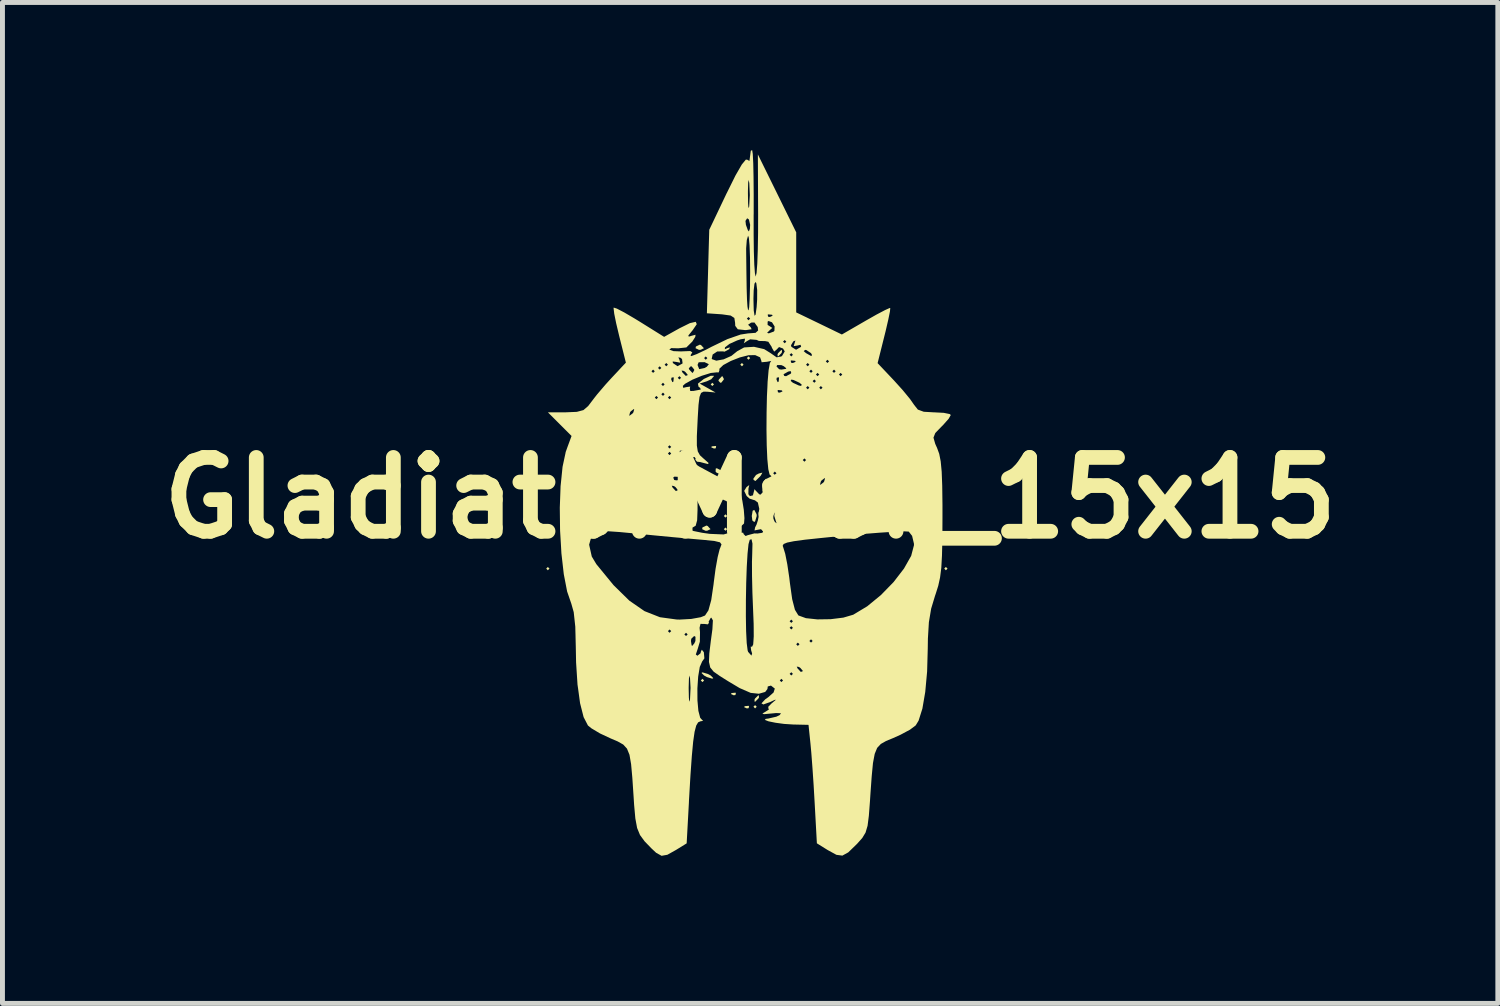
<source format=kicad_pcb>
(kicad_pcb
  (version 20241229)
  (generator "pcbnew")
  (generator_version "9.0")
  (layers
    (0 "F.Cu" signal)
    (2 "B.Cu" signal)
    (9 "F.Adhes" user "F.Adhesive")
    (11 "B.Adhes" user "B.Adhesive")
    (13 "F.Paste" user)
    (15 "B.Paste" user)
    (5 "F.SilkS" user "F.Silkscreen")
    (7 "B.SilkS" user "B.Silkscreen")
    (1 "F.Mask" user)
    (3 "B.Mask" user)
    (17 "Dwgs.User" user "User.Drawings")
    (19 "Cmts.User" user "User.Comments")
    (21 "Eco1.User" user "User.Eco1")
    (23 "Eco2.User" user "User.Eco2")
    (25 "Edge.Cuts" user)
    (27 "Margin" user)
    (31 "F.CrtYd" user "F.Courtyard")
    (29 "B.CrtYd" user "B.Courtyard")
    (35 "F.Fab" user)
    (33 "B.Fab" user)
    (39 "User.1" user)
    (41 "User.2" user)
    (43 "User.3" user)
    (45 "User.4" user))
  (footprint "GladiatorMask_15x15"
    (layer "F.Cu")
    (at 12.193 7.067)
    (property "Reference" "GladiatorMask_15x15" (at 0 0 0) (layer "F.SilkS") (effects (font (size 1.5 1.5) (thickness 0.3))))
    (attr board_only exclude_from_pos_files exclude_from_bom)
    (fp_poly (pts (xy -4.077 1.437) (xy -4.111 1.471) (xy -4.144 1.437) (xy -4.111 1.404)) (stroke (width 0) (type solid)) (fill yes) (layer "F.SilkS"))
    (fp_poly (pts (xy -0.936 3.71) (xy -0.969 3.743) (xy -1.003 3.71) (xy -0.969 3.676)) (stroke (width 0) (type solid)) (fill yes) (layer "F.SilkS"))
    (fp_poly (pts (xy -0.735 -2.306) (xy -0.769 -2.273) (xy -0.802 -2.306) (xy -0.769 -2.339)) (stroke (width 0) (type solid)) (fill yes) (layer "F.SilkS"))
    (fp_poly (pts (xy -0.468 0.368) (xy -0.501 0.401) (xy -0.535 0.368) (xy -0.501 0.334)) (stroke (width 0) (type solid)) (fill yes) (layer "F.SilkS"))
    (fp_poly (pts (xy -0.468 0.635) (xy -0.501 0.668) (xy -0.535 0.635) (xy -0.501 0.602)) (stroke (width 0) (type solid)) (fill yes) (layer "F.SilkS"))
    (fp_poly (pts (xy -0.401 -0.434) (xy -0.434 -0.401) (xy -0.468 -0.434) (xy -0.434 -0.468)) (stroke (width 0) (type solid)) (fill yes) (layer "F.SilkS"))
    (fp_poly (pts (xy -0.267 -0.368) (xy -0.301 -0.334) (xy -0.334 -0.368) (xy -0.301 -0.401)) (stroke (width 0) (type solid)) (fill yes) (layer "F.SilkS"))
    (fp_poly (pts (xy -0.134 -2.707) (xy -0.167 -2.674) (xy -0.201 -2.707) (xy -0.167 -2.741)) (stroke (width 0) (type solid)) (fill yes) (layer "F.SilkS"))
    (fp_poly (pts (xy 0 -2.841) (xy -0.033 -2.807) (xy -0.067 -2.841) (xy -0.033 -2.874)) (stroke (width 0) (type solid)) (fill yes) (layer "F.SilkS"))
    (fp_poly (pts (xy 0.134 4.244) (xy 0.1 4.278) (xy 0.067 4.244) (xy 0.1 4.211)) (stroke (width 0) (type solid)) (fill yes) (layer "F.SilkS"))
    (fp_poly (pts (xy 0.535 0.568) (xy 0.501 0.602) (xy 0.468 0.568) (xy 0.501 0.535)) (stroke (width 0) (type solid)) (fill yes) (layer "F.SilkS"))
    (fp_poly (pts (xy 4.011 1.437) (xy 3.977 1.471) (xy 3.944 1.437) (xy 3.977 1.404)) (stroke (width 0) (type solid)) (fill yes) (layer "F.SilkS"))
    (fp_poly (pts (xy -0.691 -1.047) (xy -0.7 -1.007) (xy -0.735 -1.003) (xy -0.79 -1.027) (xy -0.78 -1.047) (xy -0.7 -1.055)) (stroke (width 0) (type solid)) (fill yes) (layer "F.SilkS"))
    (fp_poly (pts (xy -0.29 3.966) (xy -0.299 4.006) (xy -0.334 4.011) (xy -0.389 3.986) (xy -0.379 3.966) (xy -0.299 3.958)) (stroke (width 0) (type solid)) (fill yes) (layer "F.SilkS"))
    (fp_poly (pts (xy -0.022 4.233) (xy -0.031 4.273) (xy -0.067 4.278) (xy -0.122 4.253) (xy -0.111 4.233) (xy -0.032 4.225)) (stroke (width 0) (type solid)) (fill yes) (layer "F.SilkS"))
    (fp_poly (pts (xy -0.998 -3.105) (xy -0.939 -3.041) (xy -1.006 -3.009) (xy -1.04 -3.008) (xy -1.109 -3.041) (xy -1.102 -3.076) (xy -1.022 -3.114)) (stroke (width 0) (type solid)) (fill yes) (layer "F.SilkS"))
    (fp_poly (pts (xy -0.864 0.571) (xy -0.805 0.636) (xy -0.873 0.667) (xy -0.906 0.668) (xy -0.975 0.636) (xy -0.969 0.6) (xy -0.888 0.562)) (stroke (width 0) (type solid)) (fill yes) (layer "F.SilkS"))
    (fp_poly (pts (xy -0.859 3.578) (xy -0.802 3.609) (xy -0.749 3.662) (xy -0.769 3.674) (xy -0.879 3.641) (xy -0.936 3.609) (xy -0.989 3.557) (xy -0.969 3.545)) (stroke (width 0) (type solid)) (fill yes) (layer "F.SilkS"))
    (fp_poly (pts (xy -0.582 -0.553) (xy -0.568 -0.535) (xy -0.571 -0.473) (xy -0.594 -0.468) (xy -0.688 -0.517) (xy -0.702 -0.535) (xy -0.699 -0.596) (xy -0.676 -0.602)) (stroke (width 0) (type solid)) (fill yes) (layer "F.SilkS"))
    (fp_poly (pts (xy -0.536 -2.421) (xy -0.535 -2.406) (xy -0.586 -2.342) (xy -0.606 -2.339) (xy -0.645 -2.38) (xy -0.635 -2.406) (xy -0.575 -2.47) (xy -0.564 -2.473)) (stroke (width 0) (type solid)) (fill yes) (layer "F.SilkS"))
    (fp_poly (pts (xy 0.13 0.331) (xy 0.134 0.368) (xy 0.102 0.472) (xy 0.084 0.491) (xy 0.045 0.46) (xy 0.033 0.368) (xy 0.051 0.261) (xy 0.084 0.244)) (stroke (width 0) (type solid)) (fill yes) (layer "F.SilkS"))
    (fp_poly (pts (xy 0.18 4.054) (xy 0.167 4.077) (xy 0.104 4.141) (xy 0.092 4.144) (xy 0.088 4.101) (xy 0.1 4.077) (xy 0.163 4.014) (xy 0.175 4.011)) (stroke (width 0) (type solid)) (fill yes) (layer "F.SilkS"))
    (fp_poly (pts (xy 0.218 -0.456) (xy 0.202 -0.436) (xy 0.108 -0.343) (xy 0.069 -0.365) (xy 0.067 -0.394) (xy 0.12 -0.466) (xy 0.177 -0.496) (xy 0.249 -0.513)) (stroke (width 0) (type solid)) (fill yes) (layer "F.SilkS"))
    (fp_poly (pts (xy 0.647 -2.965) (xy 0.635 -2.941) (xy 0.572 -2.877) (xy 0.56 -2.874) (xy 0.556 -2.917) (xy 0.568 -2.941) (xy 0.631 -3.005) (xy 0.643 -3.008)) (stroke (width 0) (type solid)) (fill yes) (layer "F.SilkS"))
    (fp_poly (pts (xy 0.053 -6.99) (xy 0.063 -6.801) (xy 0.069 -6.521) (xy 0.072 -6.172) (xy 0.072 -5.774) (xy 0.071 -5.747) (xy 0.071 -5.352) (xy 0.075 -5.011) (xy 0.084 -4.741) (xy 0.097 -4.564) (xy 0.112 -4.499) (xy 0.114 -4.5) (xy 0.131 -4.574) (xy 0.145 -4.76) (xy 0.155 -5.036) (xy 0.161 -5.382) (xy 0.162 -5.756) (xy 0.157 -6.979) (xy 0.547 -6.187) (xy 0.936 -5.396) (xy 0.936 -4.582) (xy 0.936 -3.769) (xy 1.4 -3.545) (xy 1.864 -3.32) (xy 2.346 -3.599) (xy 2.568 -3.725) (xy 2.741 -3.816) (xy 2.837 -3.859) (xy 2.847 -3.859) (xy 2.841 -3.79) (xy 2.807 -3.623) (xy 2.753 -3.389) (xy 2.728 -3.289) (xy 2.59 -2.738) (xy 2.922 -2.387) (xy 3.1 -2.19) (xy 3.248 -2.01) (xy 3.334 -1.887) (xy 3.334 -1.887) (xy 3.408 -1.794) (xy 3.528 -1.75) (xy 3.736 -1.738) (xy 3.746 -1.738) (xy 3.935 -1.728) (xy 4.056 -1.703) (xy 4.077 -1.684) (xy 4.033 -1.607) (xy 3.923 -1.483) (xy 3.883 -1.443) (xy 3.762 -1.318) (xy 3.725 -1.224) (xy 3.761 -1.098) (xy 3.799 -1.013) (xy 3.842 -0.895) (xy 3.872 -0.743) (xy 3.892 -0.533) (xy 3.903 -0.246) (xy 3.908 0.142) (xy 3.908 0.401) (xy 3.906 0.84) (xy 3.898 1.172) (xy 3.884 1.423) (xy 3.859 1.619) (xy 3.822 1.787) (xy 3.77 1.952) (xy 3.758 1.986) (xy 3.678 2.251) (xy 3.632 2.526) (xy 3.612 2.859) (xy 3.609 3.06) (xy 3.596 3.528) (xy 3.558 3.943) (xy 3.5 4.282) (xy 3.423 4.526) (xy 3.364 4.623) (xy 3.248 4.71) (xy 3.056 4.813) (xy 2.907 4.88) (xy 2.762 4.94) (xy 2.656 5) (xy 2.581 5.08) (xy 2.531 5.202) (xy 2.496 5.387) (xy 2.47 5.657) (xy 2.443 6.033) (xy 2.435 6.159) (xy 2.412 6.46) (xy 2.386 6.663) (xy 2.345 6.801) (xy 2.279 6.91) (xy 2.177 7.025) (xy 2.157 7.045) (xy 1.994 7.203) (xy 1.874 7.269) (xy 1.753 7.253) (xy 1.585 7.161) (xy 1.571 7.153) (xy 1.356 7.019) (xy 1.311 6.2) (xy 1.29 5.838) (xy 1.266 5.484) (xy 1.243 5.181) (xy 1.226 4.996) (xy 1.186 4.612) (xy 0.877 4.605) (xy 0.69 4.593) (xy 0.513 4.569) (xy 0.373 4.54) (xy 0.299 4.511) (xy 0.317 4.49) (xy 0.368 4.484) (xy 0.533 4.446) (xy 0.602 4.412) (xy 0.626 4.376) (xy 0.528 4.372) (xy 0.434 4.381) (xy 0.281 4.395) (xy 0.249 4.381) (xy 0.301 4.351) (xy 0.381 4.301) (xy 0.372 4.283) (xy 0.368 4.245) (xy 0.438 4.174) (xy 0.523 4.103) (xy 0.5 4.104) (xy 0.412 4.146) (xy 0.268 4.198) (xy 0.23 4.175) (xy 0.306 4.094) (xy 0.368 4.05) (xy 0.476 3.954) (xy 0.501 3.876) (xy 0.5 3.874) (xy 0.423 3.814) (xy 0.358 3.832) (xy 0.351 3.884) (xy 0.306 3.943) (xy 0.177 3.98) (xy 0.01 3.962) (xy -0.213 3.865) (xy -0.441 3.729) (xy -0.472 3.71) (xy 0.602 3.71) (xy 0.635 3.743) (xy 0.668 3.71) (xy 0.635 3.676) (xy 0.602 3.71) (xy -0.472 3.71) (xy -0.621 3.616) (xy -0.678 3.576) (xy 0.802 3.576) (xy 0.836 3.609) (xy 0.869 3.576) (xy 0.836 3.543) (xy 0.802 3.576) (xy -0.678 3.576) (xy -0.742 3.531) (xy -0.811 3.446) (xy -0.815 3.428) (xy 0.947 3.428) (xy 0.963 3.465) (xy 1.03 3.537) (xy 1.069 3.522) (xy 1.069 3.513) (xy 1.022 3.457) (xy 0.992 3.436) (xy 0.947 3.428) (xy -0.815 3.428) (xy -0.837 3.333) (xy -0.83 3.162) (xy -0.799 2.906) (xy -0.767 2.669) (xy -0.757 2.49) (xy -0.788 2.434) (xy -0.802 2.439) (xy -0.844 2.516) (xy -0.837 2.538) (xy -0.859 2.57) (xy -0.925 2.562) (xy -1.009 2.56) (xy -1.028 2.639) (xy -1.019 2.728) (xy -1.022 2.922) (xy -1.065 3.067) (xy -1.104 3.182) (xy -1.072 3.208) (xy -1.007 3.156) (xy -1.002 3.125) (xy -0.982 3.085) (xy -0.941 3.136) (xy -0.93 3.261) (xy -0.975 3.324) (xy -1.024 3.436) (xy -1.056 3.63) (xy -1.072 3.87) (xy -1.071 4.115) (xy -1.052 4.327) (xy -1.015 4.468) (xy -0.986 4.501) (xy -0.956 4.531) (xy -1.01 4.54) (xy -1.057 4.561) (xy -1.096 4.627) (xy -1.129 4.753) (xy -1.158 4.954) (xy -1.185 5.245) (xy -1.213 5.638) (xy -1.243 6.15) (xy -1.245 6.2) (xy -1.29 7.02) (xy -1.505 7.153) (xy -1.682 7.252) (xy -1.8 7.273) (xy -1.911 7.211) (xy -2.006 7.122) (xy -2.145 6.978) (xy -2.238 6.851) (xy -2.297 6.707) (xy -2.333 6.513) (xy -2.358 6.234) (xy -2.368 6.077) (xy -2.394 5.688) (xy -2.419 5.41) (xy -2.452 5.22) (xy -2.503 5.095) (xy -2.579 5.012) (xy -2.691 4.949) (xy -2.836 4.887) (xy -3.052 4.786) (xy -3.226 4.682) (xy -3.296 4.625) (xy -3.384 4.455) (xy -3.456 4.172) (xy -3.496 3.877) (xy -1.249 3.877) (xy -1.245 4.06) (xy -1.236 4.142) (xy -1.223 4.107) (xy -1.222 4.094) (xy -1.211 3.86) (xy -1.222 3.66) (xy -1.235 3.609) (xy -1.244 3.677) (xy -1.249 3.849) (xy -1.249 3.877) (xy -3.496 3.877) (xy -3.508 3.794) (xy -3.537 3.343) (xy -3.543 3.026) (xy -3.546 2.908) (xy -1.203 2.908) (xy -1.189 2.997) (xy -1.177 3.008) (xy -1.134 2.956) (xy -1.112 2.908) (xy -1.111 2.822) (xy -1.138 2.807) (xy -1.196 2.862) (xy -1.203 2.908) (xy -3.546 2.908) (xy -3.549 2.774) (xy -1.337 2.774) (xy -1.303 2.807) (xy -1.27 2.774) (xy -1.303 2.741) (xy -1.337 2.774) (xy -3.549 2.774) (xy -3.551 2.707) (xy -1.671 2.707) (xy -1.638 2.741) (xy -1.604 2.707) (xy -1.638 2.674) (xy -1.671 2.707) (xy -3.551 2.707) (xy -3.553 2.619) (xy -3.585 2.322) (xy -3.633 2.152) (xy -3.719 1.902) (xy -3.787 1.55) (xy -3.835 1.128) (xy -3.845 0.951) (xy -3.272 0.951) (xy -3.218 1.192) (xy -3.125 1.347) (xy -2.775 1.774) (xy -2.455 2.088) (xy -2.147 2.301) (xy -1.833 2.425) (xy -1.495 2.471) (xy -1.433 2.473) (xy -1.197 2.46) (xy -1.004 2.425) (xy -0.956 2.406) (xy -0.087 2.406) (xy -0.082 2.708) (xy -0.07 2.949) (xy -0.051 3.099) (xy -0.041 3.129) (xy 0.026 3.205) (xy 0.04 3.162) (xy 0.02 3.097) (xy 0.011 3.023) (xy 0.039 3.024) (xy 0.062 2.978) (xy 0.062 2.974) (xy 0.936 2.974) (xy 0.969 3.008) (xy 1.003 2.974) (xy 0.969 2.941) (xy 0.936 2.974) (xy 0.062 2.974) (xy 0.067 2.908) (xy 1.203 2.908) (xy 1.237 2.941) (xy 1.27 2.908) (xy 1.237 2.874) (xy 1.203 2.908) (xy 0.067 2.908) (xy 0.073 2.815) (xy 0.072 2.64) (xy 0.802 2.64) (xy 0.836 2.674) (xy 0.869 2.64) (xy 0.836 2.607) (xy 0.802 2.64) (xy 0.072 2.64) (xy 0.071 2.552) (xy 0.069 2.507) (xy 0.802 2.507) (xy 0.836 2.54) (xy 0.869 2.507) (xy 0.836 2.473) (xy 0.802 2.507) (xy 0.069 2.507) (xy 0.06 2.28) (xy 0.046 1.928) (xy 0.038 1.585) (xy 0.037 1.296) (xy 0.042 1.138) (xy 0.046 0.972) (xy 0.661 0.972) (xy 0.675 1.014) (xy 0.676 1.017) (xy 0.713 1.137) (xy 0.755 1.351) (xy 0.795 1.62) (xy 0.807 1.723) (xy 0.854 2.058) (xy 0.91 2.274) (xy 0.978 2.385) (xy 0.984 2.39) (xy 1.133 2.444) (xy 1.366 2.469) (xy 1.635 2.465) (xy 1.894 2.433) (xy 2.095 2.374) (xy 2.098 2.372) (xy 2.379 2.203) (xy 2.658 1.974) (xy 2.915 1.71) (xy 3.126 1.436) (xy 3.272 1.178) (xy 3.329 0.961) (xy 3.328 0.929) (xy 3.291 0.772) (xy 3.223 0.685) (xy 3.221 0.685) (xy 3.129 0.68) (xy 2.925 0.688) (xy 2.634 0.707) (xy 2.277 0.735) (xy 1.877 0.772) (xy 1.87 0.772) (xy 1.432 0.816) (xy 1.111 0.85) (xy 0.89 0.88) (xy 0.752 0.908) (xy 0.681 0.937) (xy 0.661 0.972) (xy 0.046 0.972) (xy 0.047 0.929) (xy 0.028 0.841) (xy -0.008 0.851) (xy -0.033 0.939) (xy -0.053 1.133) (xy -0.069 1.404) (xy -0.08 1.726) (xy -0.086 2.069) (xy -0.087 2.406) (xy -0.956 2.406) (xy -0.917 2.39) (xy -0.848 2.286) (xy -0.791 2.078) (xy -0.743 1.753) (xy -0.74 1.723) (xy -0.703 1.443) (xy -0.66 1.203) (xy -0.62 1.043) (xy -0.607 1.013) (xy -0.582 0.945) (xy -0.613 0.903) (xy -0.725 0.876) (xy -0.941 0.854) (xy -0.988 0.85) (xy -1.236 0.828) (xy -1.571 0.798) (xy -1.949 0.762) (xy -2.294 0.728) (xy -2.653 0.694) (xy -2.901 0.677) (xy -3.061 0.677) (xy -3.154 0.693) (xy -3.204 0.727) (xy -3.212 0.739) (xy -3.272 0.951) (xy -3.845 0.951) (xy -3.862 0.668) (xy -3.863 0.612) (xy -1.275 0.612) (xy -1.258 0.639) (xy -1.151 0.673) (xy -0.975 0.709) (xy -0.821 0.731) (xy -0.539 0.743) (xy -0.367 0.694) (xy -0.293 0.574) (xy -0.306 0.375) (xy -0.307 0.373) (xy -0.37 0.185) (xy -0.481 0.066) (xy -0.676 -0.018) (xy -0.785 -0.048) (xy -1.069 -0.119) (xy -1.069 0.241) (xy -1.077 0.455) (xy -1.107 0.566) (xy -1.167 0.601) (xy -1.181 0.602) (xy -1.275 0.612) (xy -3.863 0.612) (xy -3.868 0.2) (xy -3.856 -0.126) (xy -1.386 -0.126) (xy -1.349 -0.022) (xy -1.283 -0.005) (xy -1.216 -0.02) (xy -1.261 -0.047) (xy -1.314 -0.093) (xy -1.272 -0.132) (xy -1.232 -0.185) (xy -1.284 -0.217) (xy -1.365 -0.197) (xy -1.386 -0.126) (xy -3.856 -0.126) (xy -3.852 -0.243) (xy -3.851 -0.248) (xy -1.593 -0.248) (xy -1.577 -0.211) (xy -1.51 -0.139) (xy -1.471 -0.154) (xy -1.471 -0.163) (xy -1.518 -0.22) (xy -1.548 -0.24) (xy -1.593 -0.248) (xy -3.851 -0.248) (xy -3.834 -0.413) (xy -1.563 -0.413) (xy -1.543 -0.364) (xy -1.501 -0.356) (xy -1.414 -0.367) (xy -1.404 -0.375) (xy -1.453 -0.427) (xy -1.539 -0.432) (xy -1.563 -0.413) (xy -3.834 -0.413) (xy -3.812 -0.631) (xy -3.754 -0.902) (xy -1.671 -0.902) (xy -1.638 -0.869) (xy -1.604 -0.902) (xy -1.631 -0.93) (xy -1.433 -0.93) (xy -1.36 -0.884) (xy -1.259 -0.867) (xy -1.204 -0.891) (xy -1.203 -0.895) (xy -1.258 -0.93) (xy -1.337 -0.955) (xy -1.427 -0.96) (xy -1.433 -0.93) (xy -1.631 -0.93) (xy -1.638 -0.936) (xy -1.671 -0.902) (xy -3.754 -0.902) (xy -3.748 -0.933) (xy -3.731 -0.98) (xy -3.711 -1.036) (xy -1.671 -1.036) (xy -1.638 -1.003) (xy -1.604 -1.036) (xy -1.638 -1.069) (xy -1.671 -1.036) (xy -3.711 -1.036) (xy -3.629 -1.258) (xy -3.869 -1.498) (xy -4.046 -1.675) (xy -2.457 -1.675) (xy -2.448 -1.671) (xy -2.387 -1.718) (xy -2.373 -1.738) (xy -2.356 -1.8) (xy -2.365 -1.805) (xy -2.426 -1.758) (xy -2.44 -1.738) (xy -2.457 -1.675) (xy -4.046 -1.675) (xy -4.109 -1.738) (xy -3.742 -1.739) (xy -3.522 -1.748) (xy -3.387 -1.784) (xy -3.291 -1.867) (xy -3.237 -1.938) (xy -3.16 -2.039) (xy -1.938 -2.039) (xy -1.905 -2.005) (xy -1.872 -2.039) (xy -1.671 -2.039) (xy -1.638 -2.005) (xy -1.604 -2.039) (xy -1.638 -2.072) (xy -1.671 -2.039) (xy -1.872 -2.039) (xy -1.905 -2.072) (xy -1.938 -2.039) (xy -3.16 -2.039) (xy -3.114 -2.097) (xy -3.107 -2.106) (xy -1.805 -2.106) (xy -1.771 -2.072) (xy -1.738 -2.106) (xy -1.771 -2.139) (xy -1.805 -2.106) (xy -3.107 -2.106) (xy -2.942 -2.299) (xy -2.936 -2.306) (xy -1.805 -2.306) (xy -1.771 -2.273) (xy -1.768 -2.276) (xy -1.368 -2.276) (xy -1.36 -2.236) (xy -1.296 -2.251) (xy -1.218 -2.262) (xy -1.226 -2.223) (xy -1.217 -2.172) (xy -1.153 -2.173) (xy -1.036 -2.195) (xy -1.003 -2.202) (xy -1.016 -2.235) (xy -1.048 -2.258) (xy -1.061 -2.321) (xy -0.944 -2.414) (xy -0.931 -2.421) (xy -0.801 -2.481) (xy -0.737 -2.481) (xy -0.735 -2.475) (xy -0.791 -2.41) (xy -0.881 -2.369) (xy -1.026 -2.323) (xy -0.864 -2.232) (xy -0.702 -2.141) (xy -0.869 -2.157) (xy -0.947 -2.159) (xy -0.998 -2.132) (xy -1.029 -2.051) (xy -1.049 -1.892) (xy -1.065 -1.63) (xy -1.069 -1.547) (xy -1.083 -1.254) (xy -1.083 -1.063) (xy -1.064 -0.944) (xy -1.02 -0.866) (xy -0.946 -0.798) (xy -0.936 -0.79) (xy -0.842 -0.706) (xy -0.86 -0.688) (xy -0.891 -0.696) (xy -1.027 -0.73) (xy -1.079 -0.735) (xy -1.115 -0.776) (xy -1.107 -0.796) (xy -1.128 -0.83) (xy -1.201 -0.822) (xy -1.237 -0.79) (xy -1.182 -0.73) (xy -1.025 -0.631) (xy -0.816 -0.519) (xy -0.576 -0.391) (xy -0.379 -0.282) (xy -0.258 -0.208) (xy -0.239 -0.194) (xy -0.197 -0.105) (xy -0.159 0.055) (xy -0.129 0.242) (xy -0.116 0.412) (xy -0.124 0.519) (xy -0.139 0.535) (xy -0.2 0.588) (xy -0.226 0.638) (xy -0.231 0.707) (xy -0.2 0.701) (xy -0.139 0.71) (xy -0.134 0.735) (xy -0.092 0.775) (xy -0.05 0.758) (xy 0.086 0.722) (xy 0.15 0.724) (xy 0.249 0.709) (xy 0.267 0.675) (xy 0.218 0.636) (xy 0.159 0.647) (xy 0.089 0.661) (xy 0.101 0.599) (xy 0.13 0.542) (xy 0.168 0.423) (xy 0.41 0.423) (xy 0.412 0.471) (xy 0.43 0.633) (xy 0.468 0.682) (xy 0.515 0.657) (xy 0.565 0.568) (xy 0.936 0.568) (xy 0.969 0.602) (xy 1.003 0.568) (xy 0.969 0.535) (xy 0.936 0.568) (xy 0.565 0.568) (xy 0.567 0.565) (xy 0.53 0.496) (xy 0.49 0.366) (xy 0.503 0.262) (xy 0.519 0.161) (xy 0.473 0.164) (xy 0.427 0.256) (xy 0.41 0.423) (xy 0.168 0.423) (xy 0.179 0.389) (xy 0.186 0.225) (xy 0.157 0.095) (xy 0.094 0.047) (xy 0.09 0.048) (xy -0.012 0.015) (xy -0.033 -0.004) (xy 1.019 -0.004) (xy 1.028 0) (xy 1.089 -0.047) (xy 1.103 -0.067) (xy 1.12 -0.129) (xy 1.111 -0.134) (xy 1.05 -0.087) (xy 1.036 -0.067) (xy 1.019 -0.004) (xy -0.033 -0.004) (xy -0.071 -0.038) (xy -0.121 -0.142) (xy -0.073 -0.22) (xy -0.018 -0.261) (xy -0.034 -0.192) (xy -0.034 -0.191) (xy -0.036 -0.075) (xy -0.005 -0.036) (xy 0.056 -0.051) (xy 0.072 -0.113) (xy 0.089 -0.178) (xy 0.111 -0.15) (xy 0.185 -0.073) (xy 0.213 -0.067) (xy 0.255 -0.115) (xy 0.247 -0.156) (xy 0.252 -0.284) (xy 0.28 -0.34) (xy 0.327 -0.395) (xy 0.314 -0.331) (xy 0.312 -0.325) (xy 0.301 -0.257) (xy 0.353 -0.258) (xy 0.383 -0.272) (xy 1.42 -0.272) (xy 1.429 -0.267) (xy 1.49 -0.314) (xy 1.504 -0.334) (xy 1.521 -0.397) (xy 1.512 -0.401) (xy 1.451 -0.354) (xy 1.437 -0.334) (xy 1.42 -0.272) (xy 0.383 -0.272) (xy 0.473 -0.313) (xy 0.611 -0.392) (xy 0.667 -0.44) (xy 0.627 -0.445) (xy 0.561 -0.423) (xy 0.44 -0.433) (xy 0.395 -0.475) (xy 0.389 -0.501) (xy 0.468 -0.501) (xy 0.501 -0.468) (xy 0.535 -0.501) (xy 0.501 -0.535) (xy 0.468 -0.501) (xy 0.389 -0.501) (xy 0.369 -0.582) (xy 0.351 -0.769) (xy 1.069 -0.769) (xy 1.103 -0.735) (xy 1.136 -0.769) (xy 1.103 -0.802) (xy 1.069 -0.769) (xy 0.351 -0.769) (xy 0.349 -0.788) (xy 0.337 -1.066) (xy 0.332 -1.39) (xy 0.334 -1.732) (xy 0.341 -2.064) (xy 0.347 -2.184) (xy 0.557 -2.184) (xy 0.566 -2.144) (xy 0.602 -2.139) (xy 0.657 -2.163) (xy 0.646 -2.184) (xy 0.567 -2.192) (xy 0.557 -2.184) (xy 0.347 -2.184) (xy 0.35 -2.239) (xy 1.136 -2.239) (xy 1.17 -2.206) (xy 1.203 -2.239) (xy 1.404 -2.239) (xy 1.437 -2.206) (xy 1.471 -2.239) (xy 1.437 -2.273) (xy 1.404 -2.239) (xy 1.203 -2.239) (xy 1.17 -2.273) (xy 1.136 -2.239) (xy 0.35 -2.239) (xy 0.355 -2.361) (xy 0.359 -2.406) (xy 0.535 -2.406) (xy 0.559 -2.351) (xy 0.579 -2.362) (xy 0.581 -2.377) (xy 0.824 -2.377) (xy 0.869 -2.339) (xy 0.991 -2.283) (xy 1.036 -2.275) (xy 1.048 -2.302) (xy 1.003 -2.339) (xy 0.931 -2.373) (xy 1.27 -2.373) (xy 1.303 -2.339) (xy 1.337 -2.373) (xy 1.303 -2.406) (xy 1.27 -2.373) (xy 0.931 -2.373) (xy 0.881 -2.396) (xy 0.836 -2.404) (xy 0.824 -2.377) (xy 0.581 -2.377) (xy 0.587 -2.441) (xy 0.579 -2.451) (xy 0.54 -2.442) (xy 0.535 -2.406) (xy 0.359 -2.406) (xy 0.368 -2.512) (xy 0.678 -2.512) (xy 0.694 -2.477) (xy 0.731 -2.473) (xy 0.794 -2.507) (xy 1.337 -2.507) (xy 1.37 -2.473) (xy 1.404 -2.507) (xy 1.805 -2.507) (xy 1.838 -2.473) (xy 1.872 -2.507) (xy 1.838 -2.54) (xy 1.805 -2.507) (xy 1.404 -2.507) (xy 1.37 -2.54) (xy 1.337 -2.507) (xy 0.794 -2.507) (xy 0.822 -2.522) (xy 0.835 -2.539) (xy 0.825 -2.573) (xy 1.203 -2.573) (xy 1.237 -2.54) (xy 1.27 -2.573) (xy 1.671 -2.573) (xy 1.704 -2.54) (xy 1.738 -2.573) (xy 1.704 -2.607) (xy 1.671 -2.573) (xy 1.27 -2.573) (xy 1.237 -2.607) (xy 1.203 -2.573) (xy 0.825 -2.573) (xy 0.824 -2.577) (xy 0.772 -2.566) (xy 0.678 -2.512) (xy 0.368 -2.512) (xy 0.375 -2.594) (xy 0.389 -2.672) (xy 0.535 -2.672) (xy 0.589 -2.614) (xy 0.635 -2.607) (xy 0.724 -2.621) (xy 0.735 -2.633) (xy 0.683 -2.676) (xy 0.635 -2.698) (xy 0.549 -2.699) (xy 0.535 -2.672) (xy 0.389 -2.672) (xy 0.395 -2.707) (xy 1.136 -2.707) (xy 1.17 -2.674) (xy 1.203 -2.707) (xy 1.17 -2.741) (xy 1.136 -2.707) (xy 0.395 -2.707) (xy 0.4 -2.737) (xy 0.418 -2.768) (xy 0.429 -2.783) (xy 0.343 -2.766) (xy 0.233 -2.756) (xy 0.227 -2.785) (xy 0.824 -2.785) (xy 0.834 -2.745) (xy 0.869 -2.741) (xy 0.924 -2.765) (xy 0.919 -2.774) (xy 1.537 -2.774) (xy 1.571 -2.741) (xy 1.604 -2.774) (xy 1.571 -2.807) (xy 1.537 -2.774) (xy 0.919 -2.774) (xy 0.914 -2.785) (xy 0.834 -2.793) (xy 0.824 -2.785) (xy 0.227 -2.785) (xy 0.225 -2.793) (xy 0.202 -2.856) (xy 0.103 -2.901) (xy -0.032 -2.899) (xy -0.21 -2.854) (xy -0.393 -2.782) (xy -0.545 -2.7) (xy -0.625 -2.624) (xy -0.625 -2.591) (xy -0.64 -2.549) (xy -0.678 -2.551) (xy -0.8 -2.538) (xy -0.983 -2.481) (xy -1.175 -2.401) (xy -1.322 -2.319) (xy -1.368 -2.276) (xy -1.768 -2.276) (xy -1.738 -2.306) (xy -1.771 -2.339) (xy -1.805 -2.306) (xy -2.936 -2.306) (xy -2.845 -2.406) (xy -1.604 -2.406) (xy -1.58 -2.351) (xy -1.56 -2.362) (xy -1.552 -2.44) (xy -1.471 -2.44) (xy -1.437 -2.406) (xy -1.404 -2.44) (xy -1.437 -2.473) (xy -1.471 -2.44) (xy -1.552 -2.44) (xy -1.552 -2.441) (xy -1.56 -2.451) (xy -1.599 -2.442) (xy -1.604 -2.406) (xy -2.845 -2.406) (xy -2.812 -2.442) (xy -2.689 -2.573) (xy -2.005 -2.573) (xy -1.972 -2.54) (xy -1.938 -2.573) (xy -1.953 -2.588) (xy -1.393 -2.588) (xy -1.377 -2.55) (xy -1.309 -2.479) (xy -1.271 -2.493) (xy -1.27 -2.503) (xy -1.317 -2.559) (xy -1.347 -2.58) (xy -1.393 -2.588) (xy -1.953 -2.588) (xy -1.972 -2.607) (xy -2.005 -2.573) (xy -2.689 -2.573) (xy -2.627 -2.64) (xy -1.872 -2.64) (xy -1.838 -2.607) (xy -1.812 -2.633) (xy -1.247 -2.633) (xy -1.237 -2.607) (xy -1.177 -2.543) (xy -1.166 -2.54) (xy -1.137 -2.592) (xy -1.136 -2.607) (xy -1.188 -2.671) (xy -1.207 -2.674) (xy -1.247 -2.633) (xy -1.812 -2.633) (xy -1.805 -2.64) (xy -1.838 -2.674) (xy -1.872 -2.64) (xy -2.627 -2.64) (xy -2.564 -2.707) (xy -1.738 -2.707) (xy -1.704 -2.674) (xy -1.671 -2.707) (xy -1.704 -2.741) (xy -1.738 -2.707) (xy -2.564 -2.707) (xy -2.525 -2.748) (xy -2.531 -2.772) (xy -1.574 -2.772) (xy -1.57 -2.74) (xy -1.475 -2.676) (xy -1.429 -2.701) (xy -1.069 -2.701) (xy -1.035 -2.616) (xy -0.926 -2.639) (xy -0.88 -2.665) (xy -0.839 -2.717) (xy -0.922 -2.756) (xy -0.93 -2.758) (xy -1.046 -2.756) (xy -1.069 -2.701) (xy -1.429 -2.701) (xy -1.378 -2.729) (xy -1.373 -2.736) (xy -1.384 -2.82) (xy -1.407 -2.841) (xy -0.936 -2.841) (xy -0.902 -2.807) (xy -0.882 -2.828) (xy -0.781 -2.828) (xy -0.776 -2.819) (xy -0.688 -2.788) (xy -0.539 -2.815) (xy -0.38 -2.886) (xy -0.263 -2.98) (xy -0.123 -3.057) (xy 0.078 -3.07) (xy 0.284 -3.023) (xy 0.415 -2.942) (xy 0.538 -2.856) (xy 0.632 -2.873) (xy 0.649 -2.886) (xy 0.662 -2.908) (xy 0.802 -2.908) (xy 0.836 -2.874) (xy 0.869 -2.908) (xy 0.836 -2.941) (xy 0.802 -2.908) (xy 0.662 -2.908) (xy 0.703 -2.976) (xy 0.7 -2.981) (xy 1.089 -2.981) (xy 1.136 -2.941) (xy 1.243 -2.881) (xy 1.257 -2.904) (xy 1.237 -2.941) (xy 1.139 -3.005) (xy 1.116 -3.007) (xy 1.089 -2.981) (xy 0.7 -2.981) (xy 0.668 -3.035) (xy 0.587 -3.065) (xy 0.539 -3.015) (xy 0.488 -2.972) (xy 0.443 -3.049) (xy 0.436 -3.071) (xy 0.416 -3.101) (xy 0.83 -3.101) (xy 0.838 -3.07) (xy 0.933 -3.01) (xy 1.031 -3.067) (xy 1.036 -3.074) (xy 1.024 -3.111) (xy 0.962 -3.096) (xy 0.884 -3.083) (xy 0.902 -3.141) (xy 0.92 -3.198) (xy 0.878 -3.181) (xy 0.83 -3.101) (xy 0.416 -3.101) (xy 0.369 -3.173) (xy 0.358 -3.175) (xy 0.668 -3.175) (xy 0.702 -3.142) (xy 0.735 -3.175) (xy 0.702 -3.208) (xy 0.668 -3.175) (xy 0.358 -3.175) (xy 0.305 -3.186) (xy 0.179 -3.189) (xy 0.13 -3.211) (xy 0.000191 -3.222) (xy -0.061 -3.188) (xy -0.129 -3.142) (xy -0.112 -3.188) (xy -0.111 -3.189) (xy -0.105 -3.236) (xy -0.192 -3.223) (xy -0.265 -3.199) (xy -0.42 -3.129) (xy -0.511 -3.059) (xy -0.512 -3.058) (xy -0.514 -3.02) (xy -0.468 -3.041) (xy -0.412 -3.059) (xy -0.426 -3.021) (xy -0.52 -2.971) (xy -0.554 -2.977) (xy -0.669 -2.975) (xy -0.762 -2.913) (xy -0.781 -2.828) (xy -0.882 -2.828) (xy -0.869 -2.841) (xy -0.902 -2.874) (xy -0.936 -2.841) (xy -1.407 -2.841) (xy -1.413 -2.846) (xy -1.459 -2.856) (xy -1.436 -2.806) (xy -1.421 -2.747) (xy -1.496 -2.762) (xy -1.574 -2.772) (xy -2.531 -2.772) (xy -2.662 -3.294) (xy -2.722 -3.546) (xy -2.762 -3.743) (xy -2.775 -3.854) (xy -2.773 -3.867) (xy -2.708 -3.846) (xy -2.558 -3.768) (xy -2.35 -3.646) (xy -2.247 -3.583) (xy -1.748 -3.272) (xy -1.436 -3.446) (xy -1.224 -3.551) (xy -1.105 -3.578) (xy -1.085 -3.529) (xy -1.17 -3.405) (xy -1.176 -3.398) (xy -1.256 -3.299) (xy -1.247 -3.276) (xy -1.186 -3.295) (xy -1.11 -3.315) (xy -1.115 -3.272) (xy -1.175 -3.177) (xy -1.296 -3.057) (xy -1.466 -3.039) (xy -1.477 -3.04) (xy -1.604 -3.043) (xy -1.641 -3.014) (xy -1.64 -3.012) (xy -1.559 -2.982) (xy -1.4 -2.976) (xy -1.368 -2.978) (xy -1.217 -2.984) (xy -1.175 -2.957) (xy -1.212 -2.897) (xy -1.196 -2.881) (xy -1.085 -2.922) (xy -0.899 -3.01) (xy -0.787 -3.069) (xy -0.462 -3.226) (xy -0.194 -3.319) (xy -0.045 -3.342) (xy 0.099 -3.353) (xy 0.344 -3.353) (xy 0.38 -3.343) (xy 0.48 -3.38) (xy 0.493 -3.395) (xy 0.497 -3.484) (xy 0.444 -3.568) (xy 0.374 -3.594) (xy 0.355 -3.582) (xy 0.355 -3.514) (xy 0.392 -3.492) (xy 0.45 -3.454) (xy 0.392 -3.402) (xy 0.344 -3.353) (xy 0.099 -3.353) (xy 0.109 -3.353) (xy 0.162 -3.401) (xy 0.154 -3.471) (xy 0.087 -3.564) (xy 0.021 -3.562) (xy -0.042 -3.518) (xy 0.011 -3.468) (xy 0.03 -3.427) (xy -0.081 -3.41) (xy -0.106 -3.41) (xy -0.251 -3.426) (xy -0.303 -3.496) (xy -0.306 -3.559) (xy -0.319 -3.643) (xy -0.067 -3.643) (xy -0.033 -3.609) (xy 0 -3.643) (xy -0.033 -3.676) (xy -0.067 -3.643) (xy -0.319 -3.643) (xy -0.321 -3.656) (xy -0.396 -3.705) (xy -0.567 -3.729) (xy -0.59 -3.731) (xy -0.879 -3.751) (xy -0.855 -4.599) (xy -0.843 -5.033) (xy -0.081 -5.033) (xy -0.076 -4.586) (xy -0.071 -4.258) (xy -0.064 -4.031) (xy -0.055 -3.892) (xy -0.044 -3.824) (xy -0.033 -3.81) (xy -0.02 -3.872) (xy -0.01 -4.042) (xy -0.01 -4.044) (xy 0.067 -4.044) (xy 0.073 -3.807) (xy 0.09 -3.7) (xy 0.108 -3.721) (xy 0.356 -3.721) (xy 0.366 -3.681) (xy 0.401 -3.676) (xy 0.456 -3.701) (xy 0.446 -3.721) (xy 0.366 -3.729) (xy 0.356 -3.721) (xy 0.108 -3.721) (xy 0.111 -3.724) (xy 0.132 -3.879) (xy 0.142 -4.028) (xy 0.143 -4.223) (xy 0.126 -4.359) (xy 0.113 -4.388) (xy 0.088 -4.353) (xy 0.072 -4.216) (xy 0.067 -4.044) (xy -0.01 -4.044) (xy -0.003 -4.294) (xy 0 -4.59) (xy -0.003 -4.89) (xy -0.012 -5.129) (xy -0.026 -5.283) (xy -0.042 -5.328) (xy -0.068 -5.24) (xy -0.081 -5.074) (xy -0.081 -5.033) (xy -0.843 -5.033) (xy -0.831 -5.448) (xy -0.745 -5.628) (xy -0.095 -5.628) (xy -0.086 -5.548) (xy -0.047 -5.44) (xy -0.026 -5.414) (xy -0.005 -5.47) (xy 0 -5.548) (xy -0.025 -5.657) (xy -0.061 -5.682) (xy -0.095 -5.628) (xy -0.745 -5.628) (xy -0.481 -6.183) (xy -0.045 -6.183) (xy -0.042 -5.988) (xy -0.034 -5.891) (xy -0.022 -5.909) (xy -0.019 -5.931) (xy -0.007 -6.152) (xy -0.017 -6.39) (xy -0.018 -6.399) (xy -0.03 -6.462) (xy -0.04 -6.405) (xy -0.045 -6.24) (xy -0.045 -6.183) (xy -0.481 -6.183) (xy -0.471 -6.202) (xy -0.298 -6.551) (xy -0.169 -6.775) (xy -0.087 -6.874) (xy -0.057 -6.871) (xy -0.015 -6.846) (xy -0.001 -6.946) (xy 0.013 -7.053) (xy 0.041 -7.067)) (stroke (width 0) (type solid)) (fill yes) (layer "F.SilkS")))
  (gr_rect
    (start -3 -3)
    (end 27.386 17.339)
    (stroke (width 0.1) (type default))
    (fill no)
    (layer "Edge.Cuts")))
</source>
